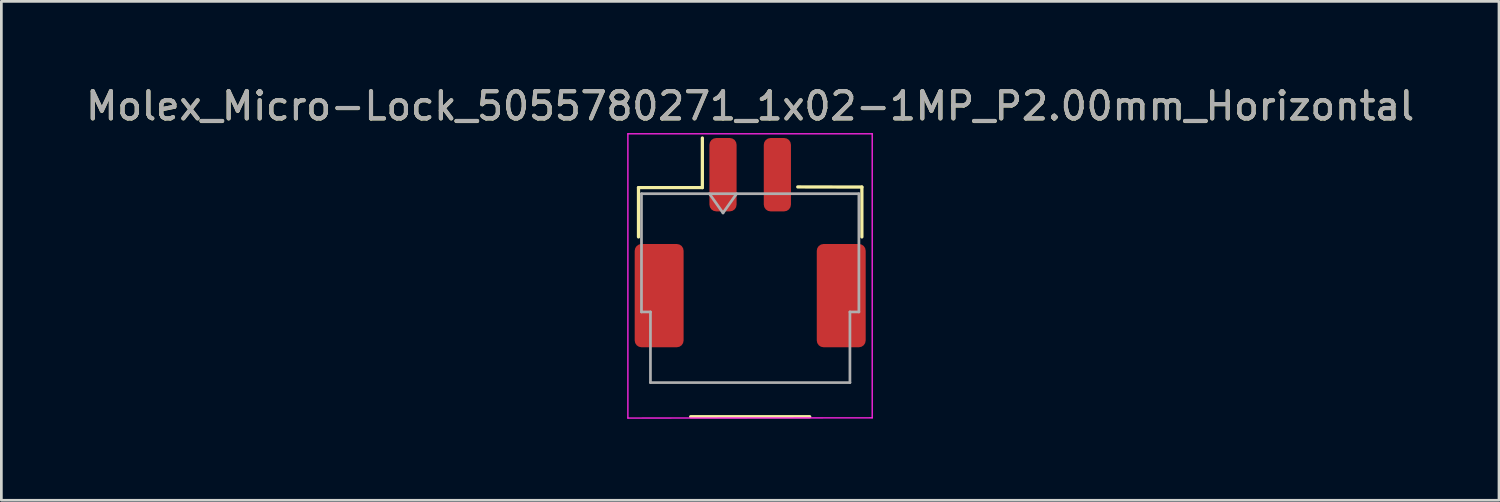
<source format=kicad_pcb>
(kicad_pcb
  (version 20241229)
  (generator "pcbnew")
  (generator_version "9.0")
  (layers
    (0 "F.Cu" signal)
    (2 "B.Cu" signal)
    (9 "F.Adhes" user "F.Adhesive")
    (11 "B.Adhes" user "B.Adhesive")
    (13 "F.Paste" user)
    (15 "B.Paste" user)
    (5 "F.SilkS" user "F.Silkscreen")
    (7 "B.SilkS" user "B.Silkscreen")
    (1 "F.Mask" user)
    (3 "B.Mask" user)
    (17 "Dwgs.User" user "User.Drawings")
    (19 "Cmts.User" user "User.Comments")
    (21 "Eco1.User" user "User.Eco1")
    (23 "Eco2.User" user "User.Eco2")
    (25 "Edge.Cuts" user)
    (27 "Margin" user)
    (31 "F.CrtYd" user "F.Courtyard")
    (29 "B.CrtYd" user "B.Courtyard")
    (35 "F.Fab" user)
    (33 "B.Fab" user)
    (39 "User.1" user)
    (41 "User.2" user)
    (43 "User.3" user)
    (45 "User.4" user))
  (footprint "Molex_Micro-Lock_5055780271_1x02-1MP_P2.00mm_Horizontal"
    (layer "F.Cu")
    (at 24.554 7.003)
    (property "Reference" "Molex_Micro-Lock_5055780271_1x02-1MP_P2.00mm_Horizontal" (at 0 -6.15 0) (layer "F.SilkS") (effects (font (size 1 1) (thickness 0.15))))
    (attr smd)
    (fp_line (start -4.11 -3.15) (end -1.76 -3.15) (stroke (width 0.12) (type solid)) (layer "F.SilkS"))
    (fp_line (start -4.11 -1.335) (end -4.11 -3.15) (stroke (width 0.12) (type solid)) (layer "F.SilkS"))
    (fp_line (start -2.19 5.28) (end 2.19 5.28) (stroke (width 0.12) (type solid)) (layer "F.SilkS"))
    (fp_line (start -1.76 -3.15) (end -1.76 -4.975) (stroke (width 0.12) (type solid)) (layer "F.SilkS"))
    (fp_line (start 4.11 -3.17) (end 1.75 -3.175) (stroke (width 0.12) (type solid)) (layer "F.SilkS"))
    (fp_line (start 4.11 -1.335) (end 4.11 -3.17) (stroke (width 0.12) (type solid)) (layer "F.SilkS"))
    (fp_line (start -4.5 -5.13) (end -4.5 5.33) (stroke (width 0.05) (type solid)) (layer "F.CrtYd"))
    (fp_line (start -4.5 5.33) (end 4.49 5.322) (stroke (width 0.05) (type solid)) (layer "F.CrtYd"))
    (fp_line (start 4.49 -5.13) (end -4.5 -5.13) (stroke (width 0.05) (type solid)) (layer "F.CrtYd"))
    (fp_line (start 4.49 5.322) (end 4.49 -5.13) (stroke (width 0.05) (type solid)) (layer "F.CrtYd"))
    (fp_line (start -4 -2.925) (end -4 1.425) (stroke (width 0.1) (type solid)) (layer "F.Fab"))
    (fp_line (start -4 -2.925) (end 4 -2.925) (stroke (width 0.1) (type solid)) (layer "F.Fab"))
    (fp_line (start -4 1.425) (end -3.67 1.425) (stroke (width 0.1) (type solid)) (layer "F.Fab"))
    (fp_line (start -3.67 1.425) (end -3.67 4.025) (stroke (width 0.1) (type solid)) (layer "F.Fab"))
    (fp_line (start -3.67 4.025) (end 3.67 4.025) (stroke (width 0.1) (type solid)) (layer "F.Fab"))
    (fp_line (start -1.5 -2.925) (end -1 -2.218) (stroke (width 0.1) (type solid)) (layer "F.Fab"))
    (fp_line (start -1 -2.218) (end -0.5 -2.925) (stroke (width 0.1) (type solid)) (layer "F.Fab"))
    (fp_line (start 3.67 1.425) (end 4 1.425) (stroke (width 0.1) (type solid)) (layer "F.Fab"))
    (fp_line (start 3.67 4.025) (end 3.67 1.425) (stroke (width 0.1) (type solid)) (layer "F.Fab"))
    (fp_line (start 4 -2.925) (end 4 1.425) (stroke (width 0.1) (type solid)) (layer "F.Fab"))
    (fp_text user "${REFERENCE}" (at 0 -6.155 0) (layer "F.Fab") (effects (font (size 1 1) (thickness 0.15))))
    (pad "1" smd roundrect (at -1 -3.625) (size 1 2.7) (layers "F.Cu" "F.Mask" "F.Paste") (roundrect_rratio 0.25))
    (pad "2" smd roundrect (at 1 -3.625) (size 1 2.7) (layers "F.Cu" "F.Mask" "F.Paste") (roundrect_rratio 0.25))
    (pad "MP" smd roundrect (at -3.35 0.825) (size 1.8 3.8) (layers "F.Cu" "F.Mask" "F.Paste") (roundrect_rratio 0.139))
    (pad "MP" smd roundrect (at 3.35 0.825) (size 1.8 3.8) (layers "F.Cu" "F.Mask" "F.Paste") (roundrect_rratio 0.139)))
  (gr_rect
    (start -3 -3)
    (end 52.107 15.358)
    (stroke (width 0.1) (type default))
    (fill no)
    (layer "Edge.Cuts")))
</source>
